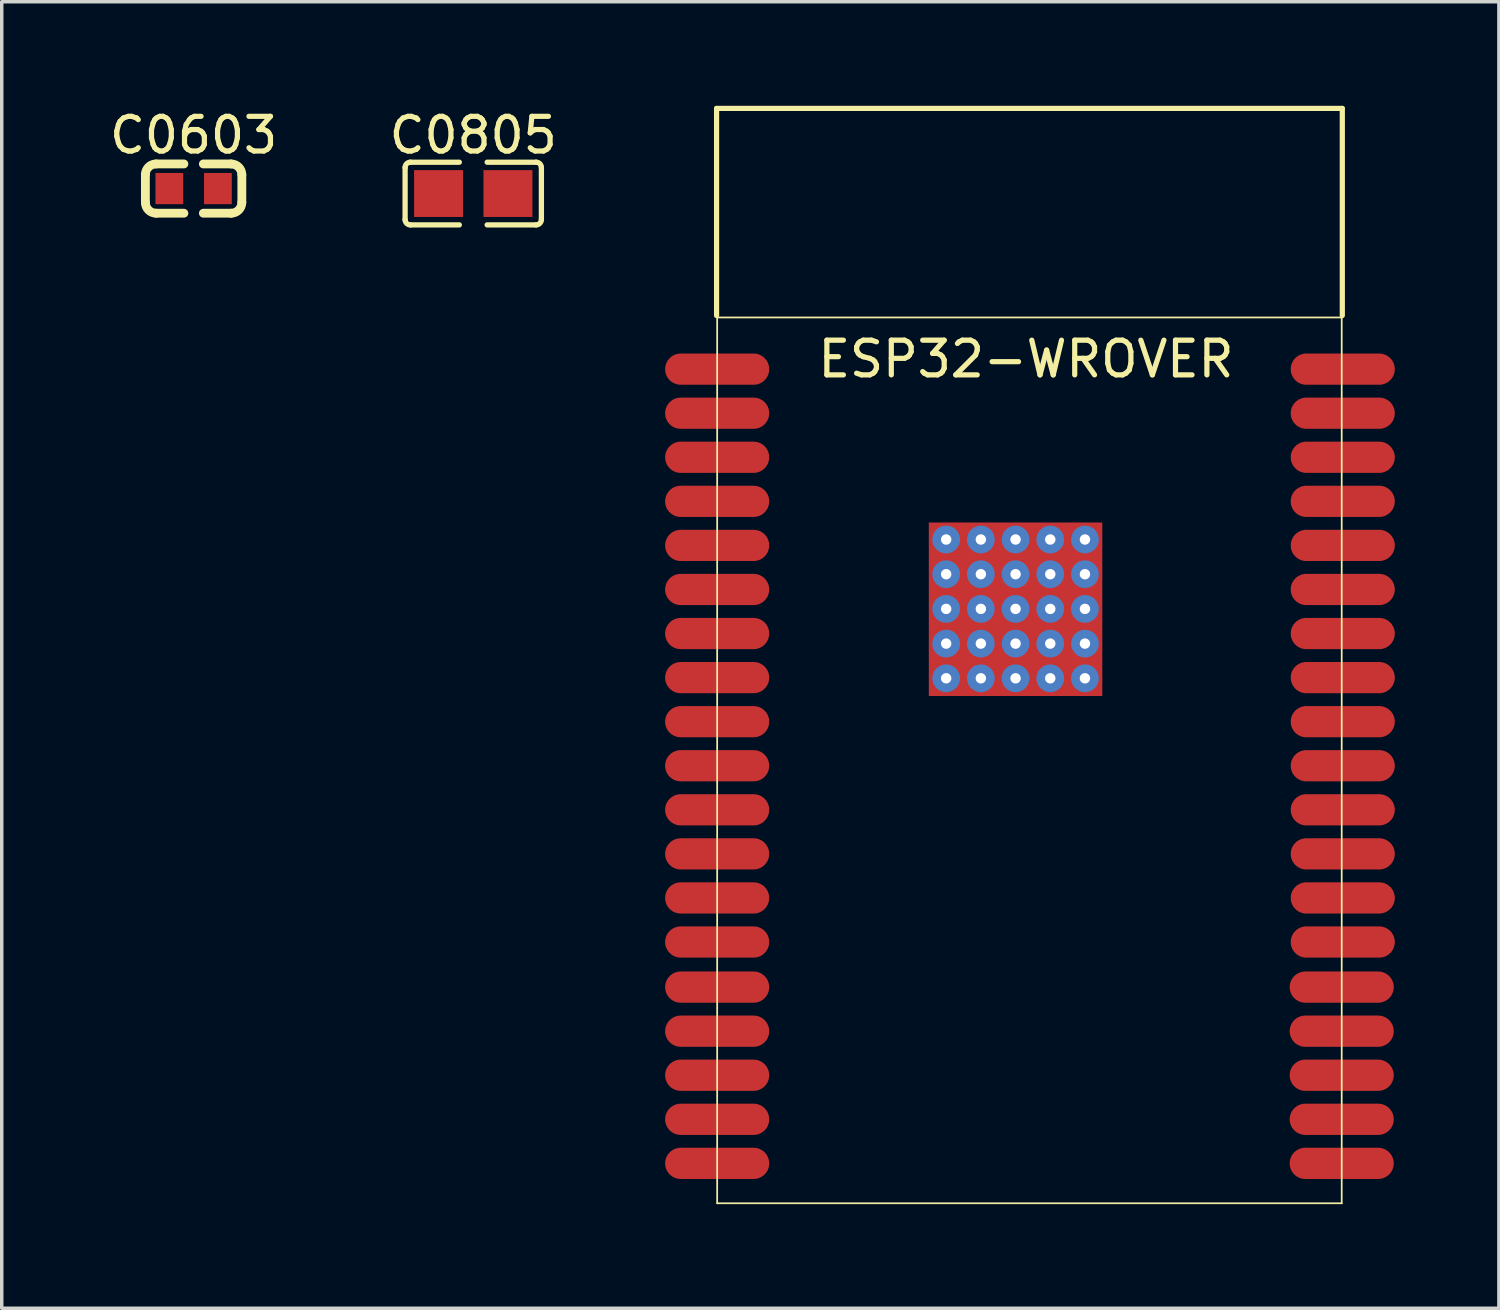
<source format=kicad_pcb>
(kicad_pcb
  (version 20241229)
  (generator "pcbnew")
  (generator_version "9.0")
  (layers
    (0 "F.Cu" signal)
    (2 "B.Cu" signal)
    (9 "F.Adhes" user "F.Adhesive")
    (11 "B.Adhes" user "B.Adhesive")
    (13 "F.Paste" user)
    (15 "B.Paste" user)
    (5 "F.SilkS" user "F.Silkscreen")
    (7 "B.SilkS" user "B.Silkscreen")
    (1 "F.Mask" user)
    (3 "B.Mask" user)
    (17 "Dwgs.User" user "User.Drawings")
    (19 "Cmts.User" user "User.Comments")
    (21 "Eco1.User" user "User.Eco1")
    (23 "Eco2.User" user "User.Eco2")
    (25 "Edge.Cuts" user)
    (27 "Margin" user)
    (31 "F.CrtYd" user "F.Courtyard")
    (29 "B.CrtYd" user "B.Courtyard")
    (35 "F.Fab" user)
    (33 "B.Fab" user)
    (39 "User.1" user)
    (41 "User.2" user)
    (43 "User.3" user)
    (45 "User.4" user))
  (footprint "C0805"
    (layer "F.Cu")
    (at 10.589 2.528)
    (property "Reference" "C0805" (at 0 -1.68 0) (layer "F.SilkS") (effects (font (size 1 1) (thickness 0.15))))
    (fp_line (start -1.964 0.751) (end -1.964 -0.751) (stroke (width 0.152) (type default)) (layer "F.SilkS"))
    (fp_line (start -1.811 -0.903) (end -0.401 -0.903) (stroke (width 0.152) (type default)) (layer "F.SilkS"))
    (fp_line (start -0.401 0.903) (end -1.811 0.903) (stroke (width 0.152) (type default)) (layer "F.SilkS"))
    (fp_line (start 0.401 0.903) (end 1.811 0.903) (stroke (width 0.152) (type default)) (layer "F.SilkS"))
    (fp_line (start 1.811 -0.903) (end 0.401 -0.903) (stroke (width 0.152) (type default)) (layer "F.SilkS"))
    (fp_line (start 1.964 0.751) (end 1.964 -0.751) (stroke (width 0.152) (type default)) (layer "F.SilkS"))
    (fp_arc (start -1.9635 -0.751) (mid -1.918834 -0.858834) (end -1.811 -0.9035) (stroke (width 0.1525) (type default)) (layer "F.SilkS"))
    (fp_arc (start -1.811 0.9035) (mid -1.918834 0.858834) (end -1.9635 0.751) (stroke (width 0.1525) (type default)) (layer "F.SilkS"))
    (fp_arc (start 1.811 -0.9035) (mid 1.918834 -0.858834) (end 1.9635 -0.751) (stroke (width 0.1525) (type default)) (layer "F.SilkS"))
    (fp_arc (start 1.9635 0.751) (mid 1.918834 0.858834) (end 1.811 0.9035) (stroke (width 0.1525) (type default)) (layer "F.SilkS"))
    (fp_poly (pts (xy -1.705 0.64) (xy -1.705 -0.64) (xy -1.655 -0.69) (xy -0.505 -0.69) (xy -0.455 -0.64) (xy -0.45 -0.23) (xy -0.9 -0.23) (xy -0.9 0.22) (xy -0.46 0.22) (xy -0.455 0.64) (xy -0.505 0.69) (xy -1.655 0.69)) (stroke (width 0) (type default)) (fill yes) (layer "F.Paste"))
    (fp_poly (pts (xy 1.705 -0.64) (xy 1.705 0.64) (xy 1.655 0.69) (xy 0.505 0.69) (xy 0.455 0.64) (xy 0.45 0.23) (xy 0.9 0.23) (xy 0.9 -0.22) (xy 0.46 -0.22) (xy 0.455 -0.64) (xy 0.505 -0.69) (xy 1.655 -0.69)) (stroke (width 0) (type default)) (fill yes) (layer "F.Paste"))
    (fp_poly (pts (xy -1 0.625) (xy -1 -0.625) (xy -0.5 -0.625) (xy -0.5 0.625)) (stroke (width 0.1) (type default)) (fill no) (layer "User.1"))
    (fp_poly (pts (xy 1 -0.625) (xy 1 0.625) (xy 0.5 0.625) (xy 0.5 -0.625)) (stroke (width 0.1) (type default)) (fill no) (layer "User.1"))
    (fp_line (start -1 -0.625) (end 1 -0.625) (stroke (width 0.051) (type default)) (layer "User.2"))
    (fp_line (start -1 0.625) (end -1 -0.625) (stroke (width 0.051) (type default)) (layer "User.2"))
    (fp_line (start 1 -0.625) (end 1 0.625) (stroke (width 0.051) (type default)) (layer "User.2"))
    (fp_line (start 1 0.625) (end -1 0.625) (stroke (width 0.051) (type default)) (layer "User.2"))
    (fp_poly (pts (xy -0.945 0.602) (xy -0.977 0.57) (xy -1.023 0.57) (xy -1.055 0.602) (xy -1.055 0.648) (xy -1.023 0.68) (xy -0.977 0.68) (xy -0.945 0.648)) (stroke (width 0.1) (type default)) (fill no) (layer "User.3"))
    (pad "1" smd rect (at -1 0) (size 1.41 1.35) (layers "F.Cu" "F.Mask" "F.Paste"))
    (pad "2" smd rect (at 1 0) (size 1.41 1.35) (layers "F.Cu" "F.Mask" "F.Paste")))
  (footprint "C0603"
    (layer "F.Cu")
    (at 2.53 2.385)
    (property "Reference" "C0603" (at 0 -1.537 0) (layer "F.SilkS") (effects (font (size 1 1) (thickness 0.15))))
    (fp_line (start -1.39 0.4) (end -1.39 -0.401) (stroke (width 0.254) (type default)) (layer "F.SilkS"))
    (fp_line (start -0.28 -0.71) (end -1.08 -0.71) (stroke (width 0.254) (type default)) (layer "F.SilkS"))
    (fp_line (start -0.28 0.71) (end -1.08 0.71) (stroke (width 0.254) (type default)) (layer "F.SilkS"))
    (fp_line (start 0.281 -0.71) (end 1.08 -0.71) (stroke (width 0.254) (type default)) (layer "F.SilkS"))
    (fp_line (start 0.281 0.71) (end 1.08 0.71) (stroke (width 0.254) (type default)) (layer "F.SilkS"))
    (fp_line (start 1.39 -0.4) (end 1.39 0.401) (stroke (width 0.254) (type default)) (layer "F.SilkS"))
    (fp_arc (start -1.39 -0.4) (mid -1.29938 -0.619527) (end -1.08 -0.71) (stroke (width 0.254) (type default)) (layer "F.SilkS"))
    (fp_arc (start -1.08 0.7095) (mid -1.299203 0.618703) (end -1.39 0.3995) (stroke (width 0.254) (type default)) (layer "F.SilkS"))
    (fp_arc (start 1.08 -0.7095) (mid 1.29885 -0.61885) (end 1.39 -0.4) (stroke (width 0.254) (type default)) (layer "F.SilkS"))
    (fp_arc (start 1.39 0.4) (mid 1.299203 0.619203) (end 1.08 0.71) (stroke (width 0.254) (type default)) (layer "F.SilkS"))
    (fp_poly (pts (xy -0.8 0.4) (xy -0.8 -0.4) (xy -0.5 -0.4) (xy -0.5 0.4)) (stroke (width 0.1) (type default)) (fill no) (layer "User.1"))
    (fp_poly (pts (xy 0.8 0.4) (xy 0.8 -0.4) (xy 0.5 -0.4) (xy 0.5 0.4)) (stroke (width 0.1) (type default)) (fill no) (layer "User.1"))
    (fp_line (start -0.8 -0.4) (end 0.8 -0.4) (stroke (width 0.051) (type default)) (layer "User.2"))
    (fp_line (start -0.8 0.4) (end -0.8 -0.4) (stroke (width 0.051) (type default)) (layer "User.2"))
    (fp_line (start 0.8 -0.4) (end 0.8 0.4) (stroke (width 0.051) (type default)) (layer "User.2"))
    (fp_line (start 0.8 0.4) (end -0.8 0.4) (stroke (width 0.051) (type default)) (layer "User.2"))
    (fp_poly (pts (xy -0.745 0.377) (xy -0.777 0.345) (xy -0.823 0.345) (xy -0.855 0.377) (xy -0.855 0.423) (xy -0.823 0.455) (xy -0.777 0.455) (xy -0.745 0.423)) (stroke (width 0.1) (type default)) (fill no) (layer "User.3"))
    (pad "1" smd rect (at -0.7 0) (size 0.8 0.9) (layers "F.Cu" "F.Mask" "F.Paste"))
    (pad "2" smd rect (at 0.7 0) (size 0.8 0.9) (layers "F.Cu" "F.Mask" "F.Paste")))
  (footprint "ESP32-WROVER"
    (layer "F.Cu")
    (at 26.619 6.679)
    (property "Reference" "ESP32-WROVER" (at -0.1 0.62 0) (layer "F.SilkS") (effects (font (size 1 1) (thickness 0.15))))
    (attr smd)
    (fp_line (start -9.017 -0.635) (end -9.017 -6.604) (stroke (width 0.15) (type solid)) (layer "F.SilkS"))
    (fp_line (start -9 -0.58) (end 9 -0.58) (stroke (width 0.05) (type solid)) (layer "F.SilkS"))
    (fp_line (start -9 24.95) (end -9 -0.58) (stroke (width 0.05) (type solid)) (layer "F.SilkS"))
    (fp_line (start 9 -0.58) (end 9 24.95) (stroke (width 0.05) (type solid)) (layer "F.SilkS"))
    (fp_line (start 9 24.95) (end -9 24.95) (stroke (width 0.05) (type solid)) (layer "F.SilkS"))
    (fp_line (start 9.017 -6.604) (end -9.017 -6.604) (stroke (width 0.15) (type solid)) (layer "F.SilkS"))
    (fp_line (start 9.017 -0.635) (end 9.017 -6.604) (stroke (width 0.15) (type solid)) (layer "F.SilkS"))
    (pad "1" smd oval (at -9 0.91) (size 3 0.9) (layers "F.Cu" "F.Mask" "F.Paste"))
    (pad "2" smd oval (at -9 2.18) (size 3 0.9) (layers "F.Cu" "F.Mask" "F.Paste"))
    (pad "3" smd oval (at -9 3.45) (size 3 0.9) (layers "F.Cu" "F.Mask" "F.Paste"))
    (pad "4" smd oval (at -9 4.72) (size 3 0.9) (layers "F.Cu" "F.Mask" "F.Paste"))
    (pad "5" smd oval (at -9 5.99) (size 3 0.9) (layers "F.Cu" "F.Mask" "F.Paste"))
    (pad "6" smd oval (at -9 7.26) (size 3 0.9) (layers "F.Cu" "F.Mask" "F.Paste"))
    (pad "7" smd oval (at -9 8.53) (size 3 0.9) (layers "F.Cu" "F.Mask" "F.Paste"))
    (pad "8" smd oval (at -9 9.8) (size 3 0.9) (layers "F.Cu" "F.Mask" "F.Paste"))
    (pad "9" smd oval (at -9 11.07) (size 3 0.9) (layers "F.Cu" "F.Mask" "F.Paste"))
    (pad "10" smd oval (at -9 12.34) (size 3 0.9) (layers "F.Cu" "F.Mask" "F.Paste"))
    (pad "11" smd oval (at -9 13.61) (size 3 0.9) (layers "F.Cu" "F.Mask" "F.Paste"))
    (pad "12" smd oval (at -9 14.88) (size 3 0.9) (layers "F.Cu" "F.Mask" "F.Paste"))
    (pad "13" smd oval (at -9 16.15) (size 3 0.9) (layers "F.Cu" "F.Mask" "F.Paste"))
    (pad "14" smd oval (at -9 17.42) (size 3 0.9) (layers "F.Cu" "F.Mask" "F.Paste"))
    (pad "15" smd oval (at -9 18.72) (size 3 0.9) (layers "F.Cu" "F.Mask" "F.Paste"))
    (pad "16" smd oval (at -9 19.99) (size 3 0.9) (layers "F.Cu" "F.Mask" "F.Paste"))
    (pad "17" smd oval (at -9 21.26) (size 3 0.9) (layers "F.Cu" "F.Mask" "F.Paste"))
    (pad "18" smd oval (at -9 22.53) (size 3 0.9) (layers "F.Cu" "F.Mask" "F.Paste"))
    (pad "19" smd oval (at -9 23.8) (size 3 0.9) (layers "F.Cu" "F.Mask" "F.Paste"))
    (pad "20" smd oval (at 9 23.8) (size 3 0.9) (layers "F.Cu" "F.Mask" "F.Paste"))
    (pad "21" smd oval (at 9 22.53) (size 3 0.9) (layers "F.Cu" "F.Mask" "F.Paste"))
    (pad "22" smd oval (at 9 21.26) (size 3 0.9) (layers "F.Cu" "F.Mask" "F.Paste"))
    (pad "23" smd oval (at 9 19.99) (size 3 0.9) (layers "F.Cu" "F.Mask" "F.Paste"))
    (pad "24" smd oval (at 9 18.72) (size 3 0.9) (layers "F.Cu" "F.Mask" "F.Paste"))
    (pad "25" smd oval (at 9.03 17.42) (size 3 0.9) (layers "F.Cu" "F.Mask" "F.Paste"))
    (pad "26" smd oval (at 9.03 16.15) (size 3 0.9) (layers "F.Cu" "F.Mask" "F.Paste"))
    (pad "27" smd oval (at 9.03 14.88) (size 3 0.9) (layers "F.Cu" "F.Mask" "F.Paste"))
    (pad "28" smd oval (at 9.03 13.61) (size 3 0.9) (layers "F.Cu" "F.Mask" "F.Paste"))
    (pad "29" smd oval (at 9.03 12.34) (size 3 0.9) (layers "F.Cu" "F.Mask" "F.Paste"))
    (pad "30" smd oval (at 9.03 11.07) (size 3 0.9) (layers "F.Cu" "F.Mask" "F.Paste"))
    (pad "31" smd oval (at 9.03 9.8) (size 3 0.9) (layers "F.Cu" "F.Mask" "F.Paste"))
    (pad "32" smd oval (at 9.03 8.53) (size 3 0.9) (layers "F.Cu" "F.Mask" "F.Paste"))
    (pad "33" smd oval (at 9.03 7.26) (size 3 0.9) (layers "F.Cu" "F.Mask" "F.Paste"))
    (pad "34" smd oval (at 9.03 5.99) (size 3 0.9) (layers "F.Cu" "F.Mask" "F.Paste"))
    (pad "35" smd oval (at 9.03 4.72) (size 3 0.9) (layers "F.Cu" "F.Mask" "F.Paste"))
    (pad "36" smd oval (at 9.03 3.45) (size 3 0.9) (layers "F.Cu" "F.Mask" "F.Paste"))
    (pad "37" smd oval (at 9.03 2.18) (size 3 0.9) (layers "F.Cu" "F.Mask" "F.Paste"))
    (pad "38" smd oval (at 9.03 0.91) (size 3 0.9) (layers "F.Cu" "F.Mask" "F.Paste"))
    (pad "39" thru_hole circle (at -2.4 5.82) (size 0.8 0.8) (drill 0.3) (layers "*.Cu" "*.Mask"))
    (pad "39" thru_hole circle (at -2.4 6.82) (size 0.8 0.8) (drill 0.3) (layers "*.Cu" "*.Mask"))
    (pad "39" thru_hole circle (at -2.4 7.82) (size 0.8 0.8) (drill 0.3) (layers "*.Cu" "*.Mask"))
    (pad "39" thru_hole circle (at -2.4 8.82) (size 0.8 0.8) (drill 0.3) (layers "*.Cu" "*.Mask"))
    (pad "39" thru_hole circle (at -2.4 9.82) (size 0.8 0.8) (drill 0.3) (layers "*.Cu" "*.Mask"))
    (pad "39" thru_hole circle (at -1.4 5.82) (size 0.8 0.8) (drill 0.3) (layers "*.Cu" "*.Mask"))
    (pad "39" thru_hole circle (at -1.4 6.82) (size 0.8 0.8) (drill 0.3) (layers "*.Cu" "*.Mask"))
    (pad "39" thru_hole circle (at -1.4 7.82) (size 0.8 0.8) (drill 0.3) (layers "*.Cu" "*.Mask"))
    (pad "39" thru_hole circle (at -1.4 8.82) (size 0.8 0.8) (drill 0.3) (layers "*.Cu" "*.Mask"))
    (pad "39" thru_hole circle (at -1.4 9.82) (size 0.8 0.8) (drill 0.3) (layers "*.Cu" "*.Mask"))
    (pad "39" thru_hole circle (at -0.4 5.82) (size 0.8 0.8) (drill 0.3) (layers "*.Cu" "*.Mask"))
    (pad "39" thru_hole circle (at -0.4 6.82) (size 0.8 0.8) (drill 0.3) (layers "*.Cu" "*.Mask"))
    (pad "39" thru_hole circle (at -0.4 7.82) (size 0.8 0.8) (drill 0.3) (layers "*.Cu" "*.Mask"))
    (pad "39" smd rect (at -0.4 7.83) (size 5 5) (layers "F.Cu" "F.Mask" "F.Paste"))
    (pad "39" thru_hole circle (at -0.4 8.82) (size 0.8 0.8) (drill 0.3) (layers "*.Cu" "*.Mask"))
    (pad "39" thru_hole circle (at -0.4 9.82) (size 0.8 0.8) (drill 0.3) (layers "*.Cu" "*.Mask"))
    (pad "39" thru_hole circle (at 0.6 5.82) (size 0.8 0.8) (drill 0.3) (layers "*.Cu" "*.Mask"))
    (pad "39" thru_hole circle (at 0.6 6.82) (size 0.8 0.8) (drill 0.3) (layers "*.Cu" "*.Mask"))
    (pad "39" thru_hole circle (at 0.6 7.82) (size 0.8 0.8) (drill 0.3) (layers "*.Cu" "*.Mask"))
    (pad "39" thru_hole circle (at 0.6 8.82) (size 0.8 0.8) (drill 0.3) (layers "*.Cu" "*.Mask"))
    (pad "39" thru_hole circle (at 0.6 9.82) (size 0.8 0.8) (drill 0.3) (layers "*.Cu" "*.Mask"))
    (pad "39" thru_hole circle (at 1.6 5.82) (size 0.8 0.8) (drill 0.3) (layers "*.Cu" "*.Mask"))
    (pad "39" thru_hole circle (at 1.6 6.82) (size 0.8 0.8) (drill 0.3) (layers "*.Cu" "*.Mask"))
    (pad "39" thru_hole circle (at 1.6 7.82) (size 0.8 0.8) (drill 0.3) (layers "*.Cu" "*.Mask"))
    (pad "39" thru_hole circle (at 1.6 8.82) (size 0.8 0.8) (drill 0.3) (layers "*.Cu" "*.Mask"))
    (pad "39" thru_hole circle (at 1.6 9.82) (size 0.8 0.8) (drill 0.3) (layers "*.Cu" "*.Mask")))
  (gr_rect
    (start -3 -3)
    (end 40.149 34.654)
    (stroke (width 0.1) (type default))
    (fill no)
    (layer "Edge.Cuts")))
</source>
